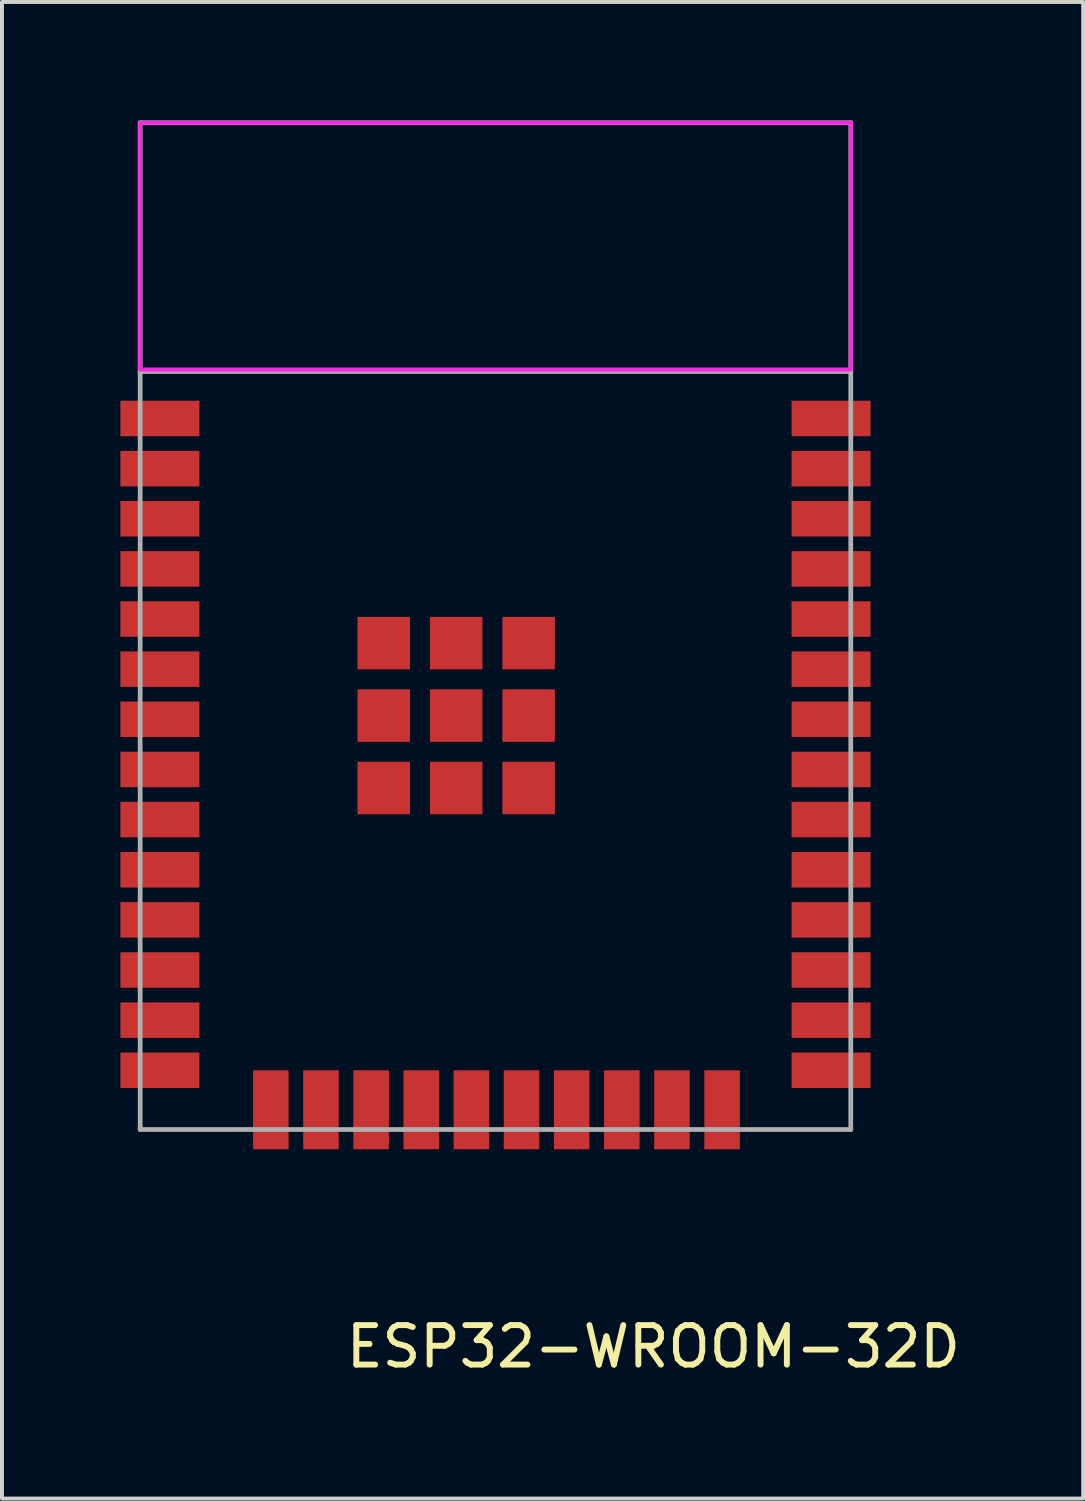
<source format=kicad_pcb>
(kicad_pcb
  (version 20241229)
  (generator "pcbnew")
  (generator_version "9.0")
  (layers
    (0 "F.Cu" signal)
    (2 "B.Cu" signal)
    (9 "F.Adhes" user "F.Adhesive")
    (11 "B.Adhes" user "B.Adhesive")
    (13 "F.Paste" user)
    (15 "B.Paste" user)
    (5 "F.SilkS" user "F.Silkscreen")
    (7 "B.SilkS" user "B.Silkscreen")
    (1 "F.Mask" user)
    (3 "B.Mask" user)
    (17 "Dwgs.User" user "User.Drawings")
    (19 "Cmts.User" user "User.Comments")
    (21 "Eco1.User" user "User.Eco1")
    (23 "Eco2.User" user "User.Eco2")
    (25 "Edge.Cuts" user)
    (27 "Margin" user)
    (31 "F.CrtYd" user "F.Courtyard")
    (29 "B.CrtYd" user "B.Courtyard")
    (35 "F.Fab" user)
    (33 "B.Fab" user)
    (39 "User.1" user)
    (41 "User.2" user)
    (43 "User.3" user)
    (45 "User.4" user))
  (footprint "ESP32-WROOM-32D"
    (layer "F.Cu")
    (at 9.5 15.06)
    (property "Reference" "ESP32-WROOM-32D" (at 4 16 0) (layer "F.SilkS") (effects (font (size 1 1) (thickness 0.15))))
    (attr smd)
    (fp_poly (pts (xy 9 -8.75) (xy -9 -8.75) (xy -9 -15) (xy 9 -15)) (stroke (width 0.1) (type solid)) (fill no) (layer "F.CrtYd"))
    (fp_line (start -9 -15) (end -9 10.5) (stroke (width 0.12) (type solid)) (layer "F.Fab"))
    (fp_line (start -9 -8.7) (end 9 -8.7) (stroke (width 0.12) (type solid)) (layer "F.Fab"))
    (fp_line (start -9 10.5) (end 9 10.5) (stroke (width 0.12) (type solid)) (layer "F.Fab"))
    (fp_line (start 9 -15) (end -9 -15) (stroke (width 0.12) (type solid)) (layer "F.Fab"))
    (fp_line (start 9 10.5) (end 9 -15) (stroke (width 0.12) (type solid)) (layer "F.Fab"))
    (pad "1" smd rect (at -8.5 -7.51) (size 2 0.9) (layers "F.Cu" "F.Mask" "F.Paste"))
    (pad "1" smd rect (at -2.83 -1.82) (size 1.33 1.33) (layers "F.Cu" "F.Mask" "F.Paste"))
    (pad "1" smd rect (at -2.83 0.015) (size 1.33 1.33) (layers "F.Cu" "F.Mask" "F.Paste"))
    (pad "1" smd rect (at -2.83 1.85) (size 1.33 1.33) (layers "F.Cu" "F.Mask" "F.Paste"))
    (pad "1" smd rect (at -0.995 -1.82) (size 1.33 1.33) (layers "F.Cu" "F.Mask" "F.Paste"))
    (pad "1" smd rect (at -0.995 0.015) (size 1.33 1.33) (layers "F.Cu" "F.Mask" "F.Paste"))
    (pad "1" smd rect (at -0.995 1.85) (size 1.33 1.33) (layers "F.Cu" "F.Mask" "F.Paste"))
    (pad "1" smd rect (at 0.84 -1.82) (size 1.33 1.33) (layers "F.Cu" "F.Mask" "F.Paste"))
    (pad "1" smd rect (at 0.84 0.015) (size 1.33 1.33) (layers "F.Cu" "F.Mask" "F.Paste"))
    (pad "1" smd rect (at 0.84 1.85) (size 1.33 1.33) (layers "F.Cu" "F.Mask" "F.Paste"))
    (pad "2" smd rect (at -8.5 -6.24) (size 2 0.9) (layers "F.Cu" "F.Mask" "F.Paste"))
    (pad "3" smd rect (at -8.5 -4.97) (size 2 0.9) (layers "F.Cu" "F.Mask" "F.Paste"))
    (pad "4" smd rect (at -8.5 -3.7) (size 2 0.9) (layers "F.Cu" "F.Mask" "F.Paste"))
    (pad "5" smd rect (at -8.5 -2.43) (size 2 0.9) (layers "F.Cu" "F.Mask" "F.Paste"))
    (pad "6" smd rect (at -8.5 -1.16) (size 2 0.9) (layers "F.Cu" "F.Mask" "F.Paste"))
    (pad "7" smd rect (at -8.5 0.11) (size 2 0.9) (layers "F.Cu" "F.Mask" "F.Paste"))
    (pad "8" smd rect (at -8.5 1.38) (size 2 0.9) (layers "F.Cu" "F.Mask" "F.Paste"))
    (pad "9" smd rect (at -8.5 2.65) (size 2 0.9) (layers "F.Cu" "F.Mask" "F.Paste"))
    (pad "10" smd rect (at -8.5 3.92) (size 2 0.9) (layers "F.Cu" "F.Mask" "F.Paste"))
    (pad "11" smd rect (at -8.5 5.19) (size 2 0.9) (layers "F.Cu" "F.Mask" "F.Paste"))
    (pad "12" smd rect (at -8.5 6.46) (size 2 0.9) (layers "F.Cu" "F.Mask" "F.Paste"))
    (pad "13" smd rect (at -8.5 7.73) (size 2 0.9) (layers "F.Cu" "F.Mask" "F.Paste"))
    (pad "14" smd rect (at -8.5 9) (size 2 0.9) (layers "F.Cu" "F.Mask" "F.Paste"))
    (pad "15" smd rect (at -5.69 10) (size 0.9 2) (layers "F.Cu" "F.Mask" "F.Paste"))
    (pad "16" smd rect (at -4.42 10) (size 0.9 2) (layers "F.Cu" "F.Mask" "F.Paste"))
    (pad "17" smd rect (at -3.15 10) (size 0.9 2) (layers "F.Cu" "F.Mask" "F.Paste"))
    (pad "18" smd rect (at -1.88 10) (size 0.9 2) (layers "F.Cu" "F.Mask" "F.Paste"))
    (pad "19" smd rect (at -0.61 10) (size 0.9 2) (layers "F.Cu" "F.Mask" "F.Paste"))
    (pad "20" smd rect (at 0.66 10) (size 0.9 2) (layers "F.Cu" "F.Mask" "F.Paste"))
    (pad "21" smd rect (at 1.93 10) (size 0.9 2) (layers "F.Cu" "F.Mask" "F.Paste"))
    (pad "22" smd rect (at 3.2 10) (size 0.9 2) (layers "F.Cu" "F.Mask" "F.Paste"))
    (pad "23" smd rect (at 4.47 10) (size 0.9 2) (layers "F.Cu" "F.Mask" "F.Paste"))
    (pad "24" smd rect (at 5.74 10) (size 0.9 2) (layers "F.Cu" "F.Mask" "F.Paste"))
    (pad "25" smd rect (at 8.5 9) (size 2 0.9) (layers "F.Cu" "F.Mask" "F.Paste"))
    (pad "26" smd rect (at 8.5 7.73) (size 2 0.9) (layers "F.Cu" "F.Mask" "F.Paste"))
    (pad "27" smd rect (at 8.5 6.46) (size 2 0.9) (layers "F.Cu" "F.Mask" "F.Paste"))
    (pad "28" smd rect (at 8.5 5.19) (size 2 0.9) (layers "F.Cu" "F.Mask" "F.Paste"))
    (pad "29" smd rect (at 8.5 3.92) (size 2 0.9) (layers "F.Cu" "F.Mask" "F.Paste"))
    (pad "30" smd rect (at 8.5 2.65) (size 2 0.9) (layers "F.Cu" "F.Mask" "F.Paste"))
    (pad "31" smd rect (at 8.5 1.38) (size 2 0.9) (layers "F.Cu" "F.Mask" "F.Paste"))
    (pad "32" smd rect (at 8.5 0.11) (size 2 0.9) (layers "F.Cu" "F.Mask" "F.Paste"))
    (pad "33" smd rect (at 8.5 -1.16) (size 2 0.9) (layers "F.Cu" "F.Mask" "F.Paste"))
    (pad "34" smd rect (at 8.5 -2.43) (size 2 0.9) (layers "F.Cu" "F.Mask" "F.Paste"))
    (pad "35" smd rect (at 8.5 -3.7) (size 2 0.9) (layers "F.Cu" "F.Mask" "F.Paste"))
    (pad "36" smd rect (at 8.5 -4.97) (size 2 0.9) (layers "F.Cu" "F.Mask" "F.Paste"))
    (pad "37" smd rect (at 8.5 -6.24) (size 2 0.9) (layers "F.Cu" "F.Mask" "F.Paste"))
    (pad "38" smd rect (at 8.5 -7.51) (size 2 0.9) (layers "F.Cu" "F.Mask" "F.Paste")))
  (gr_rect
    (start -3 -3)
    (end 24.387 34.908)
    (stroke (width 0.1) (type default))
    (fill no)
    (layer "Edge.Cuts")))
</source>
